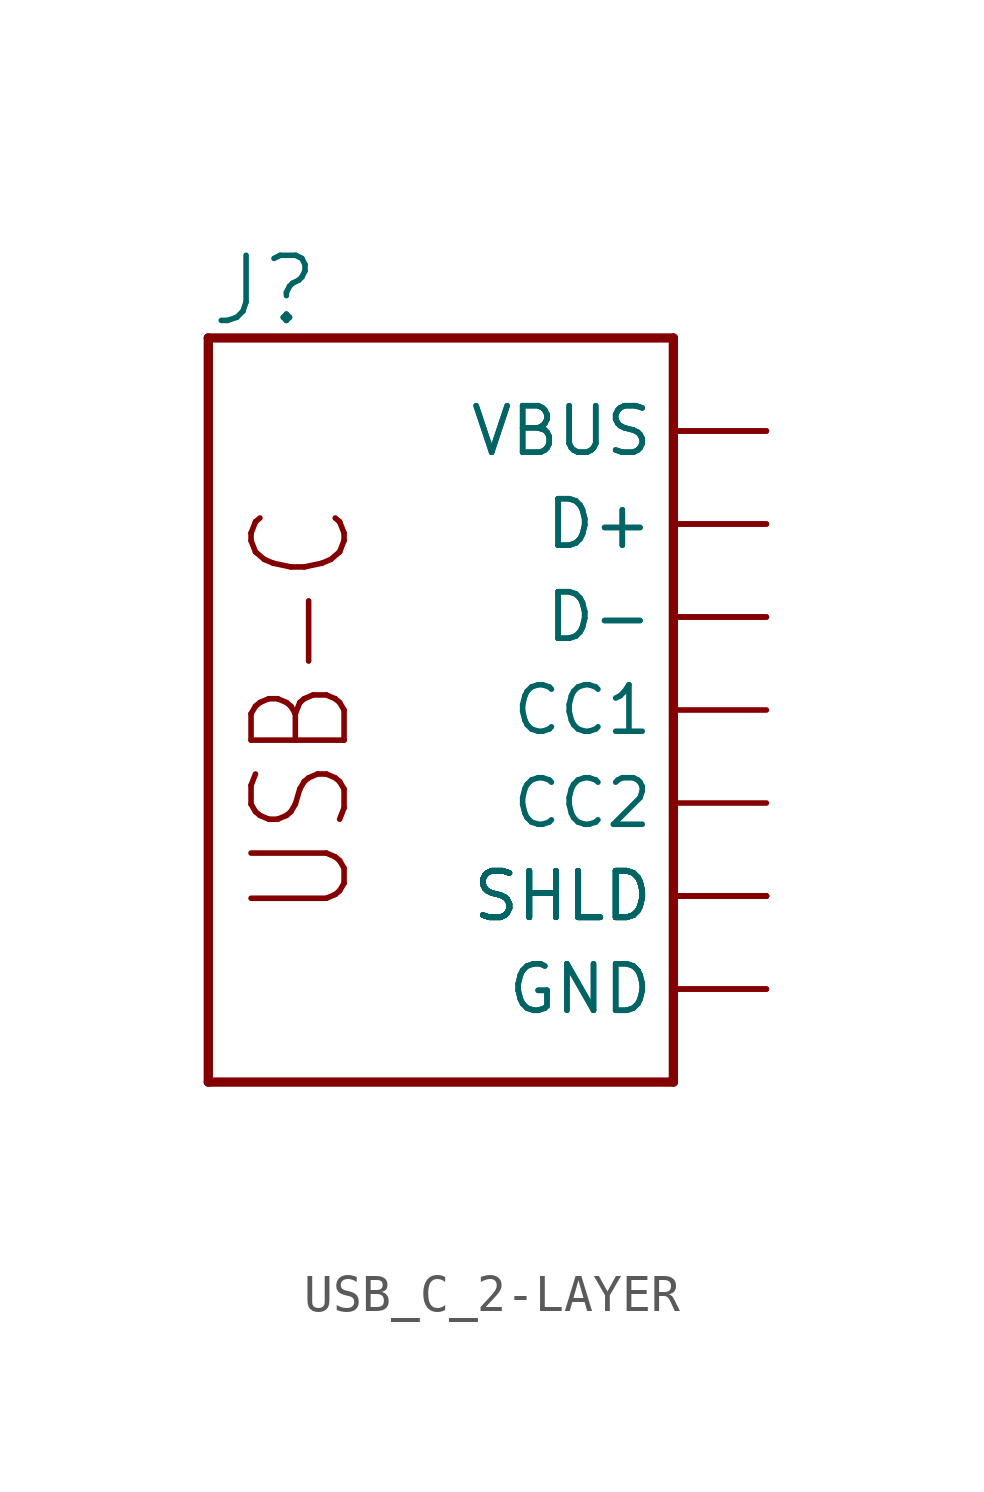
<source format=kicad_sym>
(kicad_symbol_lib
  (version 20231120)
  (generator "kicad_symbol_editor")
  (generator_version "8.0")
  (symbol "USB_C_2-LAYER"
    (property "Reference" "J"
      (at -2.54 10.414 0)
      (effects (font (size 1.778 1.778)) (justify left bottom)))
    (property "Value" ""
      (at -2.54 -12.446 0)
      (effects (font (size 1.778 1.778)) (justify left bottom)))
    (property "ki_locked" ""
      (at 0 0 0)
      (effects (font (size 1.27 1.27))))
    (symbol "USB_C_2-LAYER_1_0"
      (polyline (pts (xy -2.54 -10.16) (xy -2.54 10.16)) (stroke (width 0.254) (type solid)) (fill (type none)))
      (polyline (pts (xy -2.54 -10.16) (xy 10.16 -10.16)) (stroke (width 0.254) (type solid)) (fill (type none)))
      (polyline (pts (xy 10.16 -10.16) (xy 10.16 10.16)) (stroke (width 0.254) (type solid)) (fill (type none)))
      (polyline (pts (xy 10.16 10.16) (xy -2.54 10.16)) (stroke (width 0.254) (type solid)) (fill (type none)))
      (text "USB-C" (at 0 0 900) (effects (font (size 2.54 2.159))))
      (pin bidirectional line (at 12.7 0 180) (length 2.54) (name "CC1" (effects (font (size 1.27 1.27)))) (number "A5" (effects (font (size 0 0)))))
      (pin bidirectional line (at 12.7 5.08 180) (length 2.54) (name "D+" (effects (font (size 1.27 1.27)))) (number "A6" (effects (font (size 0 0)))))
      (pin bidirectional line (at 12.7 2.54 180) (length 2.54) (name "D-" (effects (font (size 1.27 1.27)))) (number "A7" (effects (font (size 0 0)))))
      (pin bidirectional line (at 12.7 -2.54 180) (length 2.54) (name "CC2" (effects (font (size 1.27 1.27)))) (number "B5" (effects (font (size 0 0)))))
      (pin bidirectional line (at 12.7 5.08 180) (length 2.54) (name "D+" (effects (font (size 1.27 1.27)))) (number "B6" (effects (font (size 0 0)))))
      (pin bidirectional line (at 12.7 2.54 180) (length 2.54) (name "D-" (effects (font (size 1.27 1.27)))) (number "B7" (effects (font (size 0 0)))))
      (pin bidirectional line (at 12.7 -7.62 180) (length 2.54) (name "GND" (effects (font (size 1.27 1.27)))) (number "GND" (effects (font (size 0 0)))))
      (pin bidirectional line (at 12.7 -7.62 180) (length 2.54) (name "GND" (effects (font (size 1.27 1.27)))) (number "GND2" (effects (font (size 0 0)))))
      (pin bidirectional line (at 12.7 -5.08 180) (length 2.54) (name "SHLD" (effects (font (size 1.27 1.27)))) (number "SHLD1" (effects (font (size 0 0)))))
      (pin bidirectional line (at 12.7 -5.08 180) (length 2.54) (name "SHLD" (effects (font (size 1.27 1.27)))) (number "SHLD2" (effects (font (size 0 0)))))
      (pin bidirectional line (at 12.7 -5.08 180) (length 2.54) (name "SHLD" (effects (font (size 1.27 1.27)))) (number "SHLD3" (effects (font (size 0 0)))))
      (pin bidirectional line (at 12.7 -5.08 180) (length 2.54) (name "SHLD" (effects (font (size 1.27 1.27)))) (number "SHLD4" (effects (font (size 0 0)))))
      (pin bidirectional line (at 12.7 -5.08 180) (length 2.54) (name "SHLD" (effects (font (size 1.27 1.27)))) (number "SHLD5" (effects (font (size 0 0)))))
      (pin bidirectional line (at 12.7 -5.08 180) (length 2.54) (name "SHLD" (effects (font (size 1.27 1.27)))) (number "SHLD6" (effects (font (size 0 0)))))
      (pin bidirectional line (at 12.7 -5.08 180) (length 2.54) (name "SHLD" (effects (font (size 1.27 1.27)))) (number "SHLD7" (effects (font (size 0 0)))))
      (pin bidirectional line (at 12.7 -5.08 180) (length 2.54) (name "SHLD" (effects (font (size 1.27 1.27)))) (number "SHLD8" (effects (font (size 0 0)))))
      (pin bidirectional line (at 12.7 7.62 180) (length 2.54) (name "VBUS" (effects (font (size 1.27 1.27)))) (number "VBUS1" (effects (font (size 0 0)))))
      (pin bidirectional line (at 12.7 7.62 180) (length 2.54) (name "VBUS" (effects (font (size 1.27 1.27)))) (number "VBUS2" (effects (font (size 0 0))))))))
</source>
